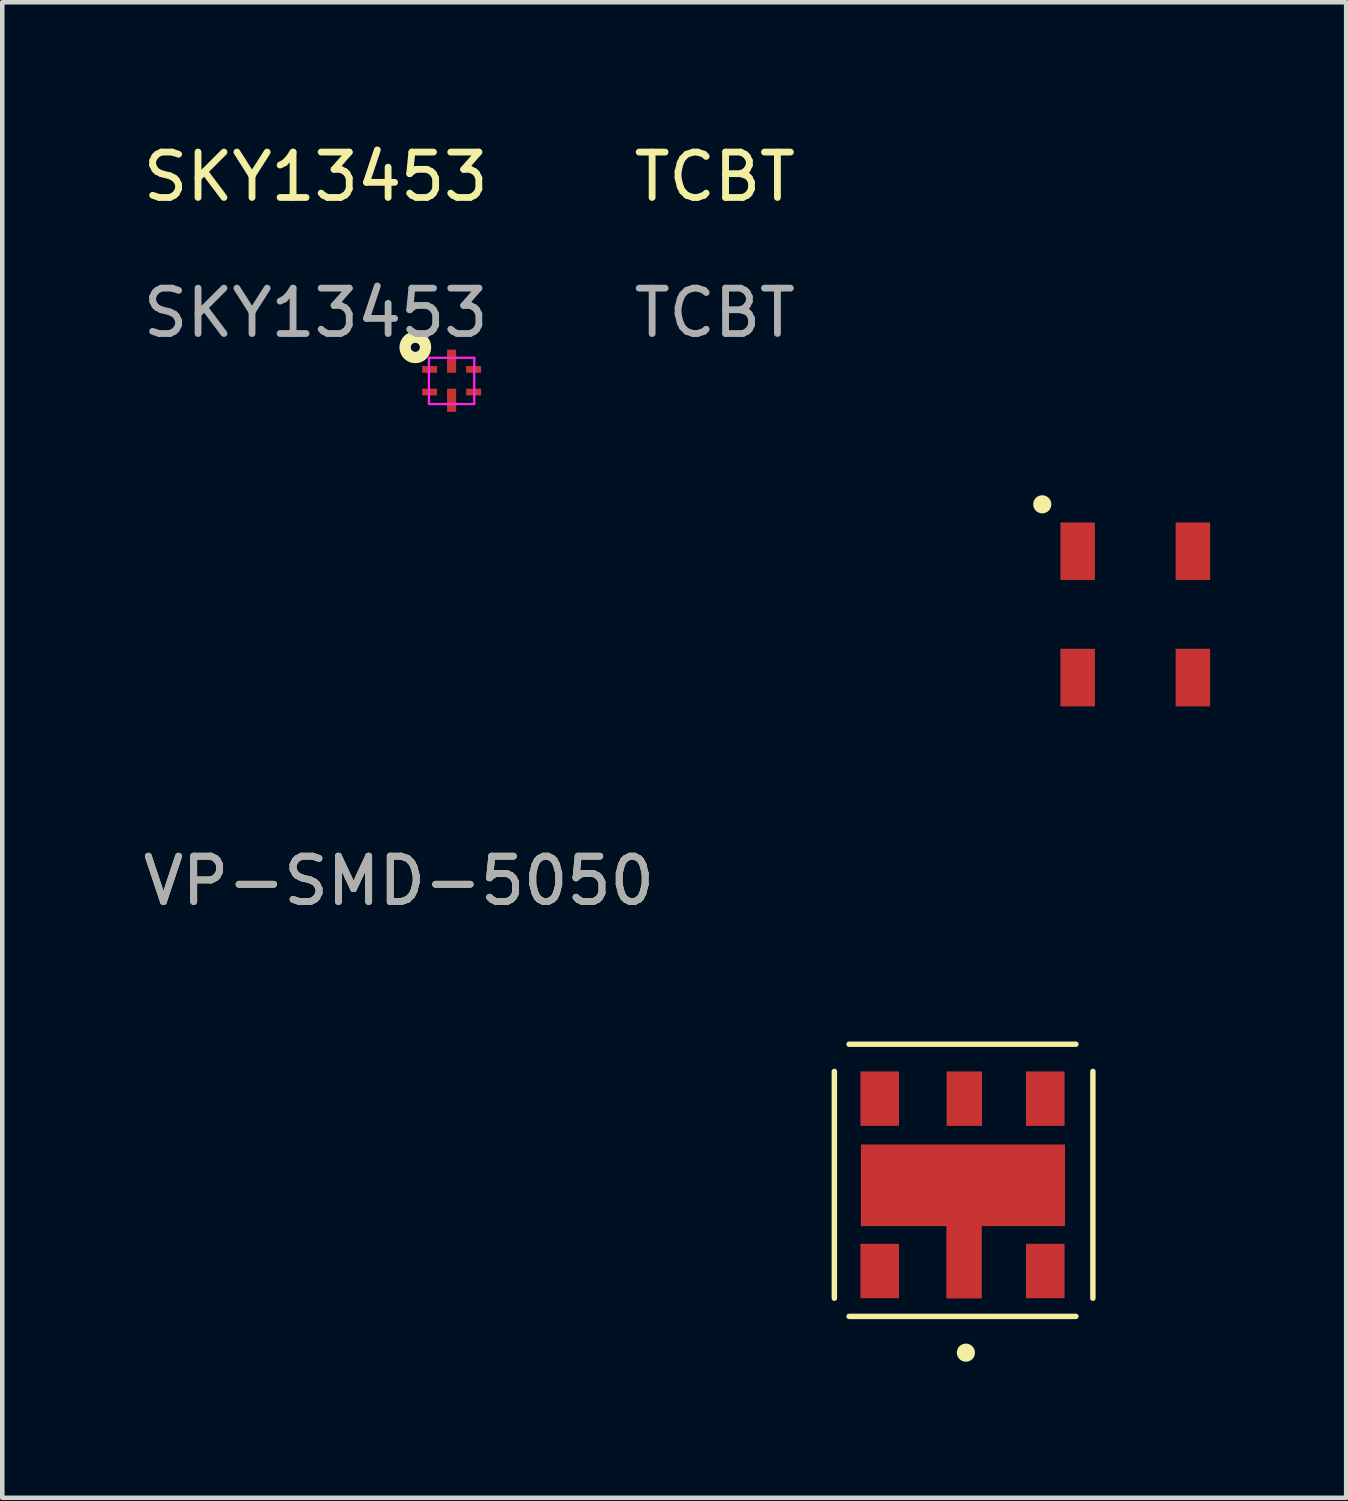
<source format=kicad_pcb>
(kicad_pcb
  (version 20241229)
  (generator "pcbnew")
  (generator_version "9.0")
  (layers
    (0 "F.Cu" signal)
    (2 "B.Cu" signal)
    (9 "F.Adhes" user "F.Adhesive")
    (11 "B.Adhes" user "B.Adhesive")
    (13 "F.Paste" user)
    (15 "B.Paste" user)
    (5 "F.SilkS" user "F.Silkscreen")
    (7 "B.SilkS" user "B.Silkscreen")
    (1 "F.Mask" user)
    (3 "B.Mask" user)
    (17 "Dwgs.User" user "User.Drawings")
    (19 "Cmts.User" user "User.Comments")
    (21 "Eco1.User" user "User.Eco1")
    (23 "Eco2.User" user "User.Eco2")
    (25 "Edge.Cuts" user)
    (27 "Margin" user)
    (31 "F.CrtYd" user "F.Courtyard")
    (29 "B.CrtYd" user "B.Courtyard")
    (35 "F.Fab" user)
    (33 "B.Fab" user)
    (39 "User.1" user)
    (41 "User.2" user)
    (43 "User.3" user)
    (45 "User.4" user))
  (footprint "SKY13453"
    (layer "F.Cu")
    (at 6.906 5.348)
    (property "Reference" "SKY13453" (at -2.995 -4.5 0) (unlocked yes) (layer "F.SilkS") (effects (font (size 1 1) (thickness 0.15))))
    (attr smd)
    (fp_circle (center -0.8 -0.741) (end -0.7 -0.741) (stroke (width 0.25) (type solid)) (fill no) (layer "F.SilkS"))
    (fp_line (start -0.5 -0.51) (end 0.5 -0.51) (stroke (width 0.05) (type solid)) (layer "F.CrtYd"))
    (fp_line (start -0.5 -0.5) (end -0.5 0.5) (stroke (width 0.05) (type solid)) (layer "F.CrtYd"))
    (fp_line (start -0.5 0.51) (end 0.5 0.51) (stroke (width 0.05) (type solid)) (layer "F.CrtYd"))
    (fp_line (start 0.5 -0.5) (end 0.5 0.5) (stroke (width 0.05) (type solid)) (layer "F.CrtYd"))
    (fp_text user "${REFERENCE}" (at -2.995 -1.5 0) (unlocked yes) (layer "F.Fab") (effects (font (size 1 1) (thickness 0.15))))
    (pad "1" smd rect (at -0.485 -0.255) (size 0.33 0.15) (layers "F.Cu" "F.Mask" "F.Paste"))
    (pad "2" smd rect (at -0.485 0.245) (size 0.33 0.15) (layers "F.Cu" "F.Mask" "F.Paste"))
    (pad "3" smd rect (at 0 0.425) (size 0.2 0.51) (layers "F.Cu" "F.Mask" "F.Paste"))
    (pad "4" smd rect (at 0.485 0.245) (size 0.33 0.15) (layers "F.Cu" "F.Mask" "F.Paste"))
    (pad "5" smd rect (at 0.485 -0.255) (size 0.33 0.15) (layers "F.Cu" "F.Mask" "F.Paste"))
    (pad "6" smd rect (at 0 -0.435) (size 0.2 0.51) (layers "F.Cu" "F.Mask" "F.Paste")))
  (footprint "VP-SMD-5050"
    (layer "F.Cu")
    (at 18.144 24.971)
    (property "Reference" "VP-SMD-5050" (at -12.4 -8.6 0) (unlocked yes) (layer "F.SilkS") (effects (font (size 1 1) (thickness 0.15))))
    (attr smd)
    (fp_line (start -2.8 0.6) (end -2.8 -4.4) (stroke (width 0.12) (type solid)) (layer "F.SilkS"))
    (fp_line (start 2.525 -5) (end -2.475 -5) (stroke (width 0.12) (type solid)) (layer "F.SilkS"))
    (fp_line (start 2.525 1) (end -2.475 1) (stroke (width 0.12) (type solid)) (layer "F.SilkS"))
    (fp_line (start 2.9 0.6) (end 2.9 -4.4) (stroke (width 0.12) (type solid)) (layer "F.SilkS"))
    (fp_circle (center 0.1 1.8) (end 0.2 1.8) (stroke (width 0.2) (type solid)) (fill no) (layer "F.SilkS"))
    (fp_text user "${REFERENCE}" (at -12.4 -8.6 0) (unlocked yes) (layer "F.Fab") (effects (font (size 1 1) (thickness 0.15))))
    (pad "1" smd rect (at 0.035 -1.89) (size 4.5 1.8) (layers "F.Cu" "F.Mask" "F.Paste"))
    (pad "1" smd rect (at 0.06 -0.195) (size 0.78 1.6) (layers "F.Cu" "F.Mask" "F.Paste"))
    (pad "2" smd rect (at 1.85 0) (size 0.85 1.2) (layers "F.Cu" "F.Mask" "F.Paste"))
    (pad "3" smd rect (at 1.85 -3.8) (size 0.85 1.2) (layers "F.Cu" "F.Mask" "F.Paste"))
    (pad "4" smd rect (at 0.065 -3.8) (size 0.78 1.2) (layers "F.Cu" "F.Mask" "F.Paste"))
    (pad "5" smd rect (at -1.8 -3.8) (size 0.85 1.2) (layers "F.Cu" "F.Mask" "F.Paste"))
    (pad "6" smd rect (at -1.8 0) (size 0.85 1.2) (layers "F.Cu" "F.Mask" "F.Paste")))
  (footprint "TCBT"
    (layer "F.Cu")
    (at 20.328 8.468)
    (property "Reference" "TCBT" (at -7.62 -7.62 0) (unlocked yes) (layer "F.SilkS") (effects (font (size 1 1) (thickness 0.15))))
    (attr smd)
    (fp_circle (center -0.4 -0.4) (end -0.3 -0.4) (stroke (width 0.2) (type solid)) (fill no) (layer "F.SilkS"))
    (fp_text user "${REFERENCE}" (at -7.62 -4.62 0) (unlocked yes) (layer "F.Fab") (effects (font (size 1 1) (thickness 0.15))))
    (pad "1" smd rect (at 0.38 0.635) (size 0.76 1.27) (layers "F.Cu" "F.Mask" "F.Paste"))
    (pad "2" smd rect (at 2.92 0.635) (size 0.76 1.27) (layers "F.Cu" "F.Mask" "F.Paste"))
    (pad "3" smd rect (at 2.92 3.42) (size 0.76 1.27) (layers "F.Cu" "F.Mask" "F.Paste"))
    (pad "4" smd rect (at 0.38 3.42) (size 0.76 1.27) (layers "F.Cu" "F.Mask" "F.Paste")))
  (gr_rect
    (start -3 -3)
    (end 26.628 29.971)
    (stroke (width 0.1) (type default))
    (fill no)
    (layer "Edge.Cuts")))
</source>
